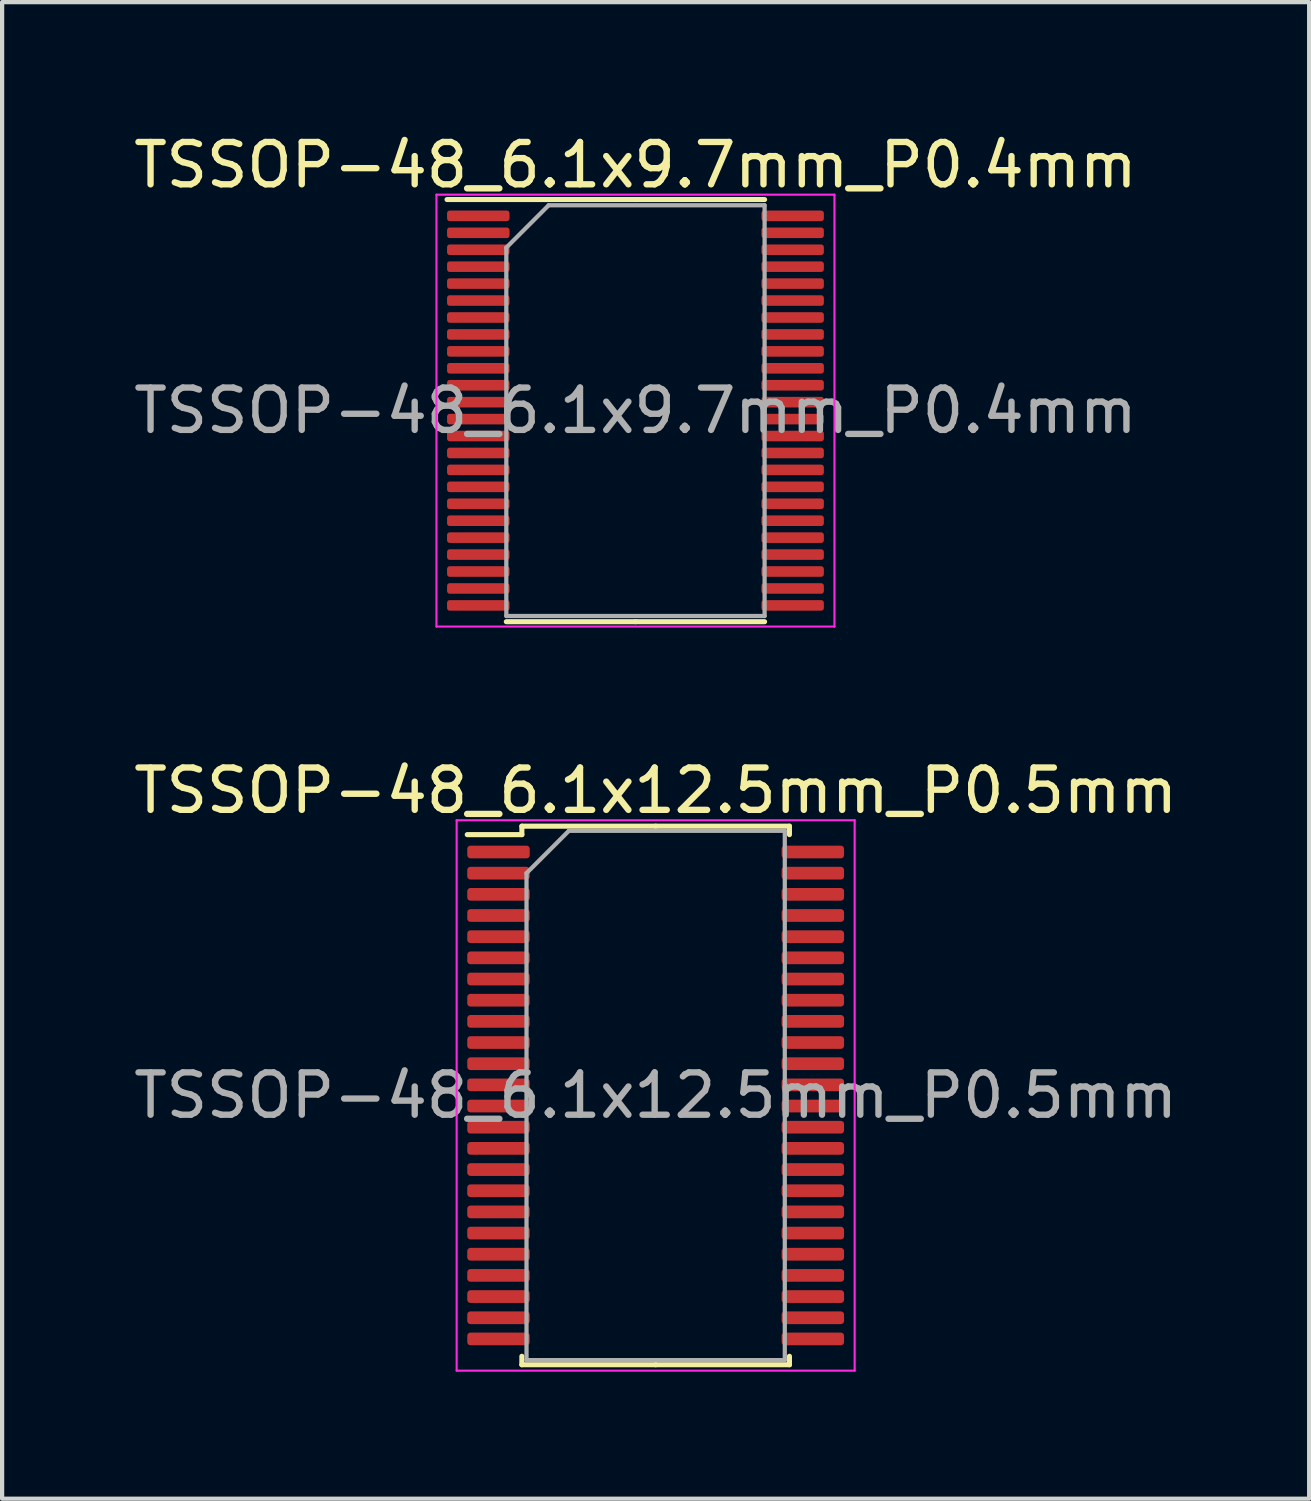
<source format=kicad_pcb>
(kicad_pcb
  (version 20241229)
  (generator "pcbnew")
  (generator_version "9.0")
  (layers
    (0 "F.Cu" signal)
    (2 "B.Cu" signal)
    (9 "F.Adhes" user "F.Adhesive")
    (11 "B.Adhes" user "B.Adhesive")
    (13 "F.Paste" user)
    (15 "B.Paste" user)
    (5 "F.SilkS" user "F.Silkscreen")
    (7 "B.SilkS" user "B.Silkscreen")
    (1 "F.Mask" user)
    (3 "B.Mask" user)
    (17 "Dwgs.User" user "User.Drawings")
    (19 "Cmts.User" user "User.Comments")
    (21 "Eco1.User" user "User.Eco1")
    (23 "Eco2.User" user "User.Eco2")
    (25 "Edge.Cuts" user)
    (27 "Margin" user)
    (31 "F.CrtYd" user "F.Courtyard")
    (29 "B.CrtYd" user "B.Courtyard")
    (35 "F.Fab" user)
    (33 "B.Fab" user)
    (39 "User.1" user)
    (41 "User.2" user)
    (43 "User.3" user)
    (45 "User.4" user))
  (footprint "TSSOP-48_6.1x12.5mm_P0.5mm"
    (layer "F.Cu")
    (at 12.435 22.822)
    (property "Reference" "TSSOP-48_6.1x12.5mm_P0.5mm" (at 0 -7.2 0) (layer "F.SilkS") (effects (font (size 1 1) (thickness 0.15))))
    (attr smd)
    (fp_line (start -3.16 -6.36) (end -3.16 -6.16) (stroke (width 0.12) (type solid)) (layer "F.SilkS"))
    (fp_line (start -3.16 -6.16) (end -4.45 -6.16) (stroke (width 0.12) (type solid)) (layer "F.SilkS"))
    (fp_line (start -3.16 6.36) (end -3.16 6.16) (stroke (width 0.12) (type solid)) (layer "F.SilkS"))
    (fp_line (start 0 -6.36) (end -3.16 -6.36) (stroke (width 0.12) (type solid)) (layer "F.SilkS"))
    (fp_line (start 0 -6.36) (end 3.16 -6.36) (stroke (width 0.12) (type solid)) (layer "F.SilkS"))
    (fp_line (start 0 6.36) (end -3.16 6.36) (stroke (width 0.12) (type solid)) (layer "F.SilkS"))
    (fp_line (start 0 6.36) (end 3.16 6.36) (stroke (width 0.12) (type solid)) (layer "F.SilkS"))
    (fp_line (start 3.16 -6.36) (end 3.16 -6.16) (stroke (width 0.12) (type solid)) (layer "F.SilkS"))
    (fp_line (start 3.16 6.36) (end 3.16 6.16) (stroke (width 0.12) (type solid)) (layer "F.SilkS"))
    (fp_line (start -4.7 -6.5) (end -4.7 6.5) (stroke (width 0.05) (type solid)) (layer "F.CrtYd"))
    (fp_line (start -4.7 6.5) (end 4.7 6.5) (stroke (width 0.05) (type solid)) (layer "F.CrtYd"))
    (fp_line (start 4.7 -6.5) (end -4.7 -6.5) (stroke (width 0.05) (type solid)) (layer "F.CrtYd"))
    (fp_line (start 4.7 6.5) (end 4.7 -6.5) (stroke (width 0.05) (type solid)) (layer "F.CrtYd"))
    (fp_line (start -3.05 -5.25) (end -2.05 -6.25) (stroke (width 0.1) (type solid)) (layer "F.Fab"))
    (fp_line (start -3.05 6.25) (end -3.05 -5.25) (stroke (width 0.1) (type solid)) (layer "F.Fab"))
    (fp_line (start -2.05 -6.25) (end 3.05 -6.25) (stroke (width 0.1) (type solid)) (layer "F.Fab"))
    (fp_line (start 3.05 -6.25) (end 3.05 6.25) (stroke (width 0.1) (type solid)) (layer "F.Fab"))
    (fp_line (start 3.05 6.25) (end -3.05 6.25) (stroke (width 0.1) (type solid)) (layer "F.Fab"))
    (fp_text user "${REFERENCE}" (at 0 0 0) (layer "F.Fab") (effects (font (size 1 1) (thickness 0.15))))
    (pad "1" smd roundrect (at -3.712 -5.75) (size 1.475 0.3) (layers "F.Cu" "F.Mask" "F.Paste") (roundrect_rratio 0.25))
    (pad "2" smd roundrect (at -3.712 -5.25) (size 1.475 0.3) (layers "F.Cu" "F.Mask" "F.Paste") (roundrect_rratio 0.25))
    (pad "3" smd roundrect (at -3.712 -4.75) (size 1.475 0.3) (layers "F.Cu" "F.Mask" "F.Paste") (roundrect_rratio 0.25))
    (pad "4" smd roundrect (at -3.712 -4.25) (size 1.475 0.3) (layers "F.Cu" "F.Mask" "F.Paste") (roundrect_rratio 0.25))
    (pad "5" smd roundrect (at -3.712 -3.75) (size 1.475 0.3) (layers "F.Cu" "F.Mask" "F.Paste") (roundrect_rratio 0.25))
    (pad "6" smd roundrect (at -3.712 -3.25) (size 1.475 0.3) (layers "F.Cu" "F.Mask" "F.Paste") (roundrect_rratio 0.25))
    (pad "7" smd roundrect (at -3.712 -2.75) (size 1.475 0.3) (layers "F.Cu" "F.Mask" "F.Paste") (roundrect_rratio 0.25))
    (pad "8" smd roundrect (at -3.712 -2.25) (size 1.475 0.3) (layers "F.Cu" "F.Mask" "F.Paste") (roundrect_rratio 0.25))
    (pad "9" smd roundrect (at -3.712 -1.75) (size 1.475 0.3) (layers "F.Cu" "F.Mask" "F.Paste") (roundrect_rratio 0.25))
    (pad "10" smd roundrect (at -3.712 -1.25) (size 1.475 0.3) (layers "F.Cu" "F.Mask" "F.Paste") (roundrect_rratio 0.25))
    (pad "11" smd roundrect (at -3.712 -0.75) (size 1.475 0.3) (layers "F.Cu" "F.Mask" "F.Paste") (roundrect_rratio 0.25))
    (pad "12" smd roundrect (at -3.712 -0.25) (size 1.475 0.3) (layers "F.Cu" "F.Mask" "F.Paste") (roundrect_rratio 0.25))
    (pad "13" smd roundrect (at -3.712 0.25) (size 1.475 0.3) (layers "F.Cu" "F.Mask" "F.Paste") (roundrect_rratio 0.25))
    (pad "14" smd roundrect (at -3.712 0.75) (size 1.475 0.3) (layers "F.Cu" "F.Mask" "F.Paste") (roundrect_rratio 0.25))
    (pad "15" smd roundrect (at -3.712 1.25) (size 1.475 0.3) (layers "F.Cu" "F.Mask" "F.Paste") (roundrect_rratio 0.25))
    (pad "16" smd roundrect (at -3.712 1.75) (size 1.475 0.3) (layers "F.Cu" "F.Mask" "F.Paste") (roundrect_rratio 0.25))
    (pad "17" smd roundrect (at -3.712 2.25) (size 1.475 0.3) (layers "F.Cu" "F.Mask" "F.Paste") (roundrect_rratio 0.25))
    (pad "18" smd roundrect (at -3.712 2.75) (size 1.475 0.3) (layers "F.Cu" "F.Mask" "F.Paste") (roundrect_rratio 0.25))
    (pad "19" smd roundrect (at -3.712 3.25) (size 1.475 0.3) (layers "F.Cu" "F.Mask" "F.Paste") (roundrect_rratio 0.25))
    (pad "20" smd roundrect (at -3.712 3.75) (size 1.475 0.3) (layers "F.Cu" "F.Mask" "F.Paste") (roundrect_rratio 0.25))
    (pad "21" smd roundrect (at -3.712 4.25) (size 1.475 0.3) (layers "F.Cu" "F.Mask" "F.Paste") (roundrect_rratio 0.25))
    (pad "22" smd roundrect (at -3.712 4.75) (size 1.475 0.3) (layers "F.Cu" "F.Mask" "F.Paste") (roundrect_rratio 0.25))
    (pad "23" smd roundrect (at -3.712 5.25) (size 1.475 0.3) (layers "F.Cu" "F.Mask" "F.Paste") (roundrect_rratio 0.25))
    (pad "24" smd roundrect (at -3.712 5.75) (size 1.475 0.3) (layers "F.Cu" "F.Mask" "F.Paste") (roundrect_rratio 0.25))
    (pad "25" smd roundrect (at 3.712 5.75) (size 1.475 0.3) (layers "F.Cu" "F.Mask" "F.Paste") (roundrect_rratio 0.25))
    (pad "26" smd roundrect (at 3.712 5.25) (size 1.475 0.3) (layers "F.Cu" "F.Mask" "F.Paste") (roundrect_rratio 0.25))
    (pad "27" smd roundrect (at 3.712 4.75) (size 1.475 0.3) (layers "F.Cu" "F.Mask" "F.Paste") (roundrect_rratio 0.25))
    (pad "28" smd roundrect (at 3.712 4.25) (size 1.475 0.3) (layers "F.Cu" "F.Mask" "F.Paste") (roundrect_rratio 0.25))
    (pad "29" smd roundrect (at 3.712 3.75) (size 1.475 0.3) (layers "F.Cu" "F.Mask" "F.Paste") (roundrect_rratio 0.25))
    (pad "30" smd roundrect (at 3.712 3.25) (size 1.475 0.3) (layers "F.Cu" "F.Mask" "F.Paste") (roundrect_rratio 0.25))
    (pad "31" smd roundrect (at 3.712 2.75) (size 1.475 0.3) (layers "F.Cu" "F.Mask" "F.Paste") (roundrect_rratio 0.25))
    (pad "32" smd roundrect (at 3.712 2.25) (size 1.475 0.3) (layers "F.Cu" "F.Mask" "F.Paste") (roundrect_rratio 0.25))
    (pad "33" smd roundrect (at 3.712 1.75) (size 1.475 0.3) (layers "F.Cu" "F.Mask" "F.Paste") (roundrect_rratio 0.25))
    (pad "34" smd roundrect (at 3.712 1.25) (size 1.475 0.3) (layers "F.Cu" "F.Mask" "F.Paste") (roundrect_rratio 0.25))
    (pad "35" smd roundrect (at 3.712 0.75) (size 1.475 0.3) (layers "F.Cu" "F.Mask" "F.Paste") (roundrect_rratio 0.25))
    (pad "36" smd roundrect (at 3.712 0.25) (size 1.475 0.3) (layers "F.Cu" "F.Mask" "F.Paste") (roundrect_rratio 0.25))
    (pad "37" smd roundrect (at 3.712 -0.25) (size 1.475 0.3) (layers "F.Cu" "F.Mask" "F.Paste") (roundrect_rratio 0.25))
    (pad "38" smd roundrect (at 3.712 -0.75) (size 1.475 0.3) (layers "F.Cu" "F.Mask" "F.Paste") (roundrect_rratio 0.25))
    (pad "39" smd roundrect (at 3.712 -1.25) (size 1.475 0.3) (layers "F.Cu" "F.Mask" "F.Paste") (roundrect_rratio 0.25))
    (pad "40" smd roundrect (at 3.712 -1.75) (size 1.475 0.3) (layers "F.Cu" "F.Mask" "F.Paste") (roundrect_rratio 0.25))
    (pad "41" smd roundrect (at 3.712 -2.25) (size 1.475 0.3) (layers "F.Cu" "F.Mask" "F.Paste") (roundrect_rratio 0.25))
    (pad "42" smd roundrect (at 3.712 -2.75) (size 1.475 0.3) (layers "F.Cu" "F.Mask" "F.Paste") (roundrect_rratio 0.25))
    (pad "43" smd roundrect (at 3.712 -3.25) (size 1.475 0.3) (layers "F.Cu" "F.Mask" "F.Paste") (roundrect_rratio 0.25))
    (pad "44" smd roundrect (at 3.712 -3.75) (size 1.475 0.3) (layers "F.Cu" "F.Mask" "F.Paste") (roundrect_rratio 0.25))
    (pad "45" smd roundrect (at 3.712 -4.25) (size 1.475 0.3) (layers "F.Cu" "F.Mask" "F.Paste") (roundrect_rratio 0.25))
    (pad "46" smd roundrect (at 3.712 -4.75) (size 1.475 0.3) (layers "F.Cu" "F.Mask" "F.Paste") (roundrect_rratio 0.25))
    (pad "47" smd roundrect (at 3.712 -5.25) (size 1.475 0.3) (layers "F.Cu" "F.Mask" "F.Paste") (roundrect_rratio 0.25))
    (pad "48" smd roundrect (at 3.712 -5.75) (size 1.475 0.3) (layers "F.Cu" "F.Mask" "F.Paste") (roundrect_rratio 0.25)))
  (footprint "TSSOP-48_6.1x9.7mm_P0.4mm"
    (layer "F.Cu")
    (at 11.958 6.648)
    (property "Reference" "TSSOP-48_6.1x9.7mm_P0.4mm" (at 0 -5.8 0) (layer "F.SilkS") (effects (font (size 1 1) (thickness 0.15))))
    (attr smd)
    (fp_line (start 0 -4.985) (end -4.45 -4.985) (stroke (width 0.12) (type solid)) (layer "F.SilkS"))
    (fp_line (start 0 -4.985) (end 3.05 -4.985) (stroke (width 0.12) (type solid)) (layer "F.SilkS"))
    (fp_line (start 0 4.985) (end -3.05 4.985) (stroke (width 0.12) (type solid)) (layer "F.SilkS"))
    (fp_line (start 0 4.985) (end 3.05 4.985) (stroke (width 0.12) (type solid)) (layer "F.SilkS"))
    (fp_line (start -4.7 -5.1) (end -4.7 5.1) (stroke (width 0.05) (type solid)) (layer "F.CrtYd"))
    (fp_line (start -4.7 5.1) (end 4.7 5.1) (stroke (width 0.05) (type solid)) (layer "F.CrtYd"))
    (fp_line (start 4.7 -5.1) (end -4.7 -5.1) (stroke (width 0.05) (type solid)) (layer "F.CrtYd"))
    (fp_line (start 4.7 5.1) (end 4.7 -5.1) (stroke (width 0.05) (type solid)) (layer "F.CrtYd"))
    (fp_line (start -3.05 -3.85) (end -2.05 -4.85) (stroke (width 0.1) (type solid)) (layer "F.Fab"))
    (fp_line (start -3.05 4.85) (end -3.05 -3.85) (stroke (width 0.1) (type solid)) (layer "F.Fab"))
    (fp_line (start -2.05 -4.85) (end 3.05 -4.85) (stroke (width 0.1) (type solid)) (layer "F.Fab"))
    (fp_line (start 3.05 -4.85) (end 3.05 4.85) (stroke (width 0.1) (type solid)) (layer "F.Fab"))
    (fp_line (start 3.05 4.85) (end -3.05 4.85) (stroke (width 0.1) (type solid)) (layer "F.Fab"))
    (fp_text user "${REFERENCE}" (at 0 0 0) (layer "F.Fab") (effects (font (size 1 1) (thickness 0.15))))
    (pad "1" smd roundrect (at -3.712 -4.6) (size 1.475 0.25) (layers "F.Cu" "F.Mask" "F.Paste") (roundrect_rratio 0.25))
    (pad "2" smd roundrect (at -3.712 -4.2) (size 1.475 0.25) (layers "F.Cu" "F.Mask" "F.Paste") (roundrect_rratio 0.25))
    (pad "3" smd roundrect (at -3.712 -3.8) (size 1.475 0.25) (layers "F.Cu" "F.Mask" "F.Paste") (roundrect_rratio 0.25))
    (pad "4" smd roundrect (at -3.712 -3.4) (size 1.475 0.25) (layers "F.Cu" "F.Mask" "F.Paste") (roundrect_rratio 0.25))
    (pad "5" smd roundrect (at -3.712 -3) (size 1.475 0.25) (layers "F.Cu" "F.Mask" "F.Paste") (roundrect_rratio 0.25))
    (pad "6" smd roundrect (at -3.712 -2.6) (size 1.475 0.25) (layers "F.Cu" "F.Mask" "F.Paste") (roundrect_rratio 0.25))
    (pad "7" smd roundrect (at -3.712 -2.2) (size 1.475 0.25) (layers "F.Cu" "F.Mask" "F.Paste") (roundrect_rratio 0.25))
    (pad "8" smd roundrect (at -3.712 -1.8) (size 1.475 0.25) (layers "F.Cu" "F.Mask" "F.Paste") (roundrect_rratio 0.25))
    (pad "9" smd roundrect (at -3.712 -1.4) (size 1.475 0.25) (layers "F.Cu" "F.Mask" "F.Paste") (roundrect_rratio 0.25))
    (pad "10" smd roundrect (at -3.712 -1) (size 1.475 0.25) (layers "F.Cu" "F.Mask" "F.Paste") (roundrect_rratio 0.25))
    (pad "11" smd roundrect (at -3.712 -0.6) (size 1.475 0.25) (layers "F.Cu" "F.Mask" "F.Paste") (roundrect_rratio 0.25))
    (pad "12" smd roundrect (at -3.712 -0.2) (size 1.475 0.25) (layers "F.Cu" "F.Mask" "F.Paste") (roundrect_rratio 0.25))
    (pad "13" smd roundrect (at -3.712 0.2) (size 1.475 0.25) (layers "F.Cu" "F.Mask" "F.Paste") (roundrect_rratio 0.25))
    (pad "14" smd roundrect (at -3.712 0.6) (size 1.475 0.25) (layers "F.Cu" "F.Mask" "F.Paste") (roundrect_rratio 0.25))
    (pad "15" smd roundrect (at -3.712 1) (size 1.475 0.25) (layers "F.Cu" "F.Mask" "F.Paste") (roundrect_rratio 0.25))
    (pad "16" smd roundrect (at -3.712 1.4) (size 1.475 0.25) (layers "F.Cu" "F.Mask" "F.Paste") (roundrect_rratio 0.25))
    (pad "17" smd roundrect (at -3.712 1.8) (size 1.475 0.25) (layers "F.Cu" "F.Mask" "F.Paste") (roundrect_rratio 0.25))
    (pad "18" smd roundrect (at -3.712 2.2) (size 1.475 0.25) (layers "F.Cu" "F.Mask" "F.Paste") (roundrect_rratio 0.25))
    (pad "19" smd roundrect (at -3.712 2.6) (size 1.475 0.25) (layers "F.Cu" "F.Mask" "F.Paste") (roundrect_rratio 0.25))
    (pad "20" smd roundrect (at -3.712 3) (size 1.475 0.25) (layers "F.Cu" "F.Mask" "F.Paste") (roundrect_rratio 0.25))
    (pad "21" smd roundrect (at -3.712 3.4) (size 1.475 0.25) (layers "F.Cu" "F.Mask" "F.Paste") (roundrect_rratio 0.25))
    (pad "22" smd roundrect (at -3.712 3.8) (size 1.475 0.25) (layers "F.Cu" "F.Mask" "F.Paste") (roundrect_rratio 0.25))
    (pad "23" smd roundrect (at -3.712 4.2) (size 1.475 0.25) (layers "F.Cu" "F.Mask" "F.Paste") (roundrect_rratio 0.25))
    (pad "24" smd roundrect (at -3.712 4.6) (size 1.475 0.25) (layers "F.Cu" "F.Mask" "F.Paste") (roundrect_rratio 0.25))
    (pad "25" smd roundrect (at 3.712 4.6) (size 1.475 0.25) (layers "F.Cu" "F.Mask" "F.Paste") (roundrect_rratio 0.25))
    (pad "26" smd roundrect (at 3.712 4.2) (size 1.475 0.25) (layers "F.Cu" "F.Mask" "F.Paste") (roundrect_rratio 0.25))
    (pad "27" smd roundrect (at 3.712 3.8) (size 1.475 0.25) (layers "F.Cu" "F.Mask" "F.Paste") (roundrect_rratio 0.25))
    (pad "28" smd roundrect (at 3.712 3.4) (size 1.475 0.25) (layers "F.Cu" "F.Mask" "F.Paste") (roundrect_rratio 0.25))
    (pad "29" smd roundrect (at 3.712 3) (size 1.475 0.25) (layers "F.Cu" "F.Mask" "F.Paste") (roundrect_rratio 0.25))
    (pad "30" smd roundrect (at 3.712 2.6) (size 1.475 0.25) (layers "F.Cu" "F.Mask" "F.Paste") (roundrect_rratio 0.25))
    (pad "31" smd roundrect (at 3.712 2.2) (size 1.475 0.25) (layers "F.Cu" "F.Mask" "F.Paste") (roundrect_rratio 0.25))
    (pad "32" smd roundrect (at 3.712 1.8) (size 1.475 0.25) (layers "F.Cu" "F.Mask" "F.Paste") (roundrect_rratio 0.25))
    (pad "33" smd roundrect (at 3.712 1.4) (size 1.475 0.25) (layers "F.Cu" "F.Mask" "F.Paste") (roundrect_rratio 0.25))
    (pad "34" smd roundrect (at 3.712 1) (size 1.475 0.25) (layers "F.Cu" "F.Mask" "F.Paste") (roundrect_rratio 0.25))
    (pad "35" smd roundrect (at 3.712 0.6) (size 1.475 0.25) (layers "F.Cu" "F.Mask" "F.Paste") (roundrect_rratio 0.25))
    (pad "36" smd roundrect (at 3.712 0.2) (size 1.475 0.25) (layers "F.Cu" "F.Mask" "F.Paste") (roundrect_rratio 0.25))
    (pad "37" smd roundrect (at 3.712 -0.2) (size 1.475 0.25) (layers "F.Cu" "F.Mask" "F.Paste") (roundrect_rratio 0.25))
    (pad "38" smd roundrect (at 3.712 -0.6) (size 1.475 0.25) (layers "F.Cu" "F.Mask" "F.Paste") (roundrect_rratio 0.25))
    (pad "39" smd roundrect (at 3.712 -1) (size 1.475 0.25) (layers "F.Cu" "F.Mask" "F.Paste") (roundrect_rratio 0.25))
    (pad "40" smd roundrect (at 3.712 -1.4) (size 1.475 0.25) (layers "F.Cu" "F.Mask" "F.Paste") (roundrect_rratio 0.25))
    (pad "41" smd roundrect (at 3.712 -1.8) (size 1.475 0.25) (layers "F.Cu" "F.Mask" "F.Paste") (roundrect_rratio 0.25))
    (pad "42" smd roundrect (at 3.712 -2.2) (size 1.475 0.25) (layers "F.Cu" "F.Mask" "F.Paste") (roundrect_rratio 0.25))
    (pad "43" smd roundrect (at 3.712 -2.6) (size 1.475 0.25) (layers "F.Cu" "F.Mask" "F.Paste") (roundrect_rratio 0.25))
    (pad "44" smd roundrect (at 3.712 -3) (size 1.475 0.25) (layers "F.Cu" "F.Mask" "F.Paste") (roundrect_rratio 0.25))
    (pad "45" smd roundrect (at 3.712 -3.4) (size 1.475 0.25) (layers "F.Cu" "F.Mask" "F.Paste") (roundrect_rratio 0.25))
    (pad "46" smd roundrect (at 3.712 -3.8) (size 1.475 0.25) (layers "F.Cu" "F.Mask" "F.Paste") (roundrect_rratio 0.25))
    (pad "47" smd roundrect (at 3.712 -4.2) (size 1.475 0.25) (layers "F.Cu" "F.Mask" "F.Paste") (roundrect_rratio 0.25))
    (pad "48" smd roundrect (at 3.712 -4.6) (size 1.475 0.25) (layers "F.Cu" "F.Mask" "F.Paste") (roundrect_rratio 0.25)))
  (gr_rect
    (start -3 -3)
    (end 27.869 32.346)
    (stroke (width 0.1) (type default))
    (fill no)
    (layer "Edge.Cuts")))
</source>
